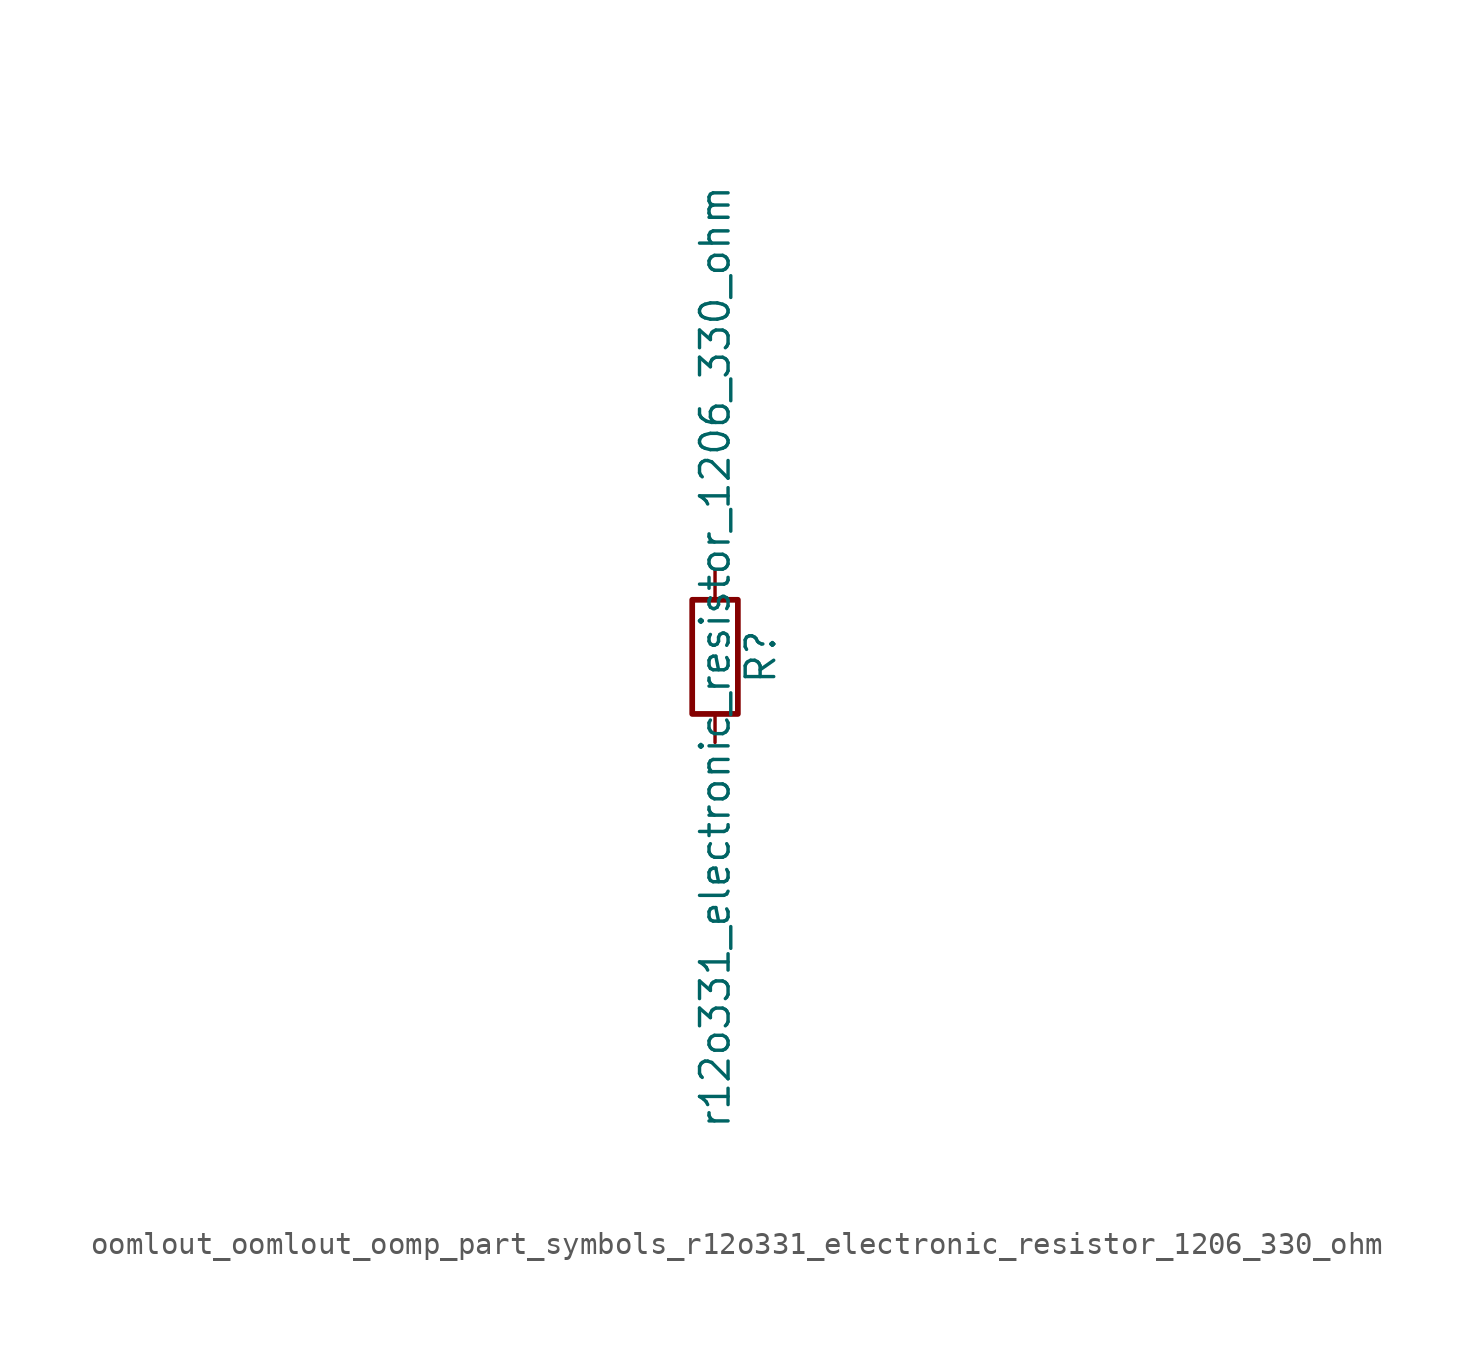
<source format=kicad_sym>
(kicad_symbol_lib
  (version 20220914)
  (generator kicad_symbol_editor)
  (symbol "oomlout_oomlout_oomp_part_symbols_r12o331_electronic_resistor_1206_330_ohm"
    (pin_numbers hide)
    (pin_names
      (offset 0))
    (property "Reference" "R"
      (at 2.032 0 90)
      (effects (font (size 1.27 1.27))))
    (property "Value" "r12o331_electronic_resistor_1206_330_ohm"
      (at 0 0 90)
      (effects (font (size 1.27 1.27))))
    (symbol "oomlout_oomlout_oomp_part_symbols_r12o331_electronic_resistor_1206_330_ohm_0_1"
      (rectangle (start -1.016 -2.54) (end 1.016 2.54) (stroke (width 0.254) (type default)) (fill (type none))))
    (symbol "oomlout_oomlout_oomp_part_symbols_r12o331_electronic_resistor_1206_330_ohm_1_1"
      (pin passive line (at 0 3.81 270) (length 1.27) (name "~" (effects (font (size 1.27 1.27)))) (number "1" (effects (font (size 1.27 1.27)))))
      (pin passive line (at 0 -3.81 90) (length 1.27) (name "~" (effects (font (size 1.27 1.27)))) (number "2" (effects (font (size 1.27 1.27))))))))
</source>
